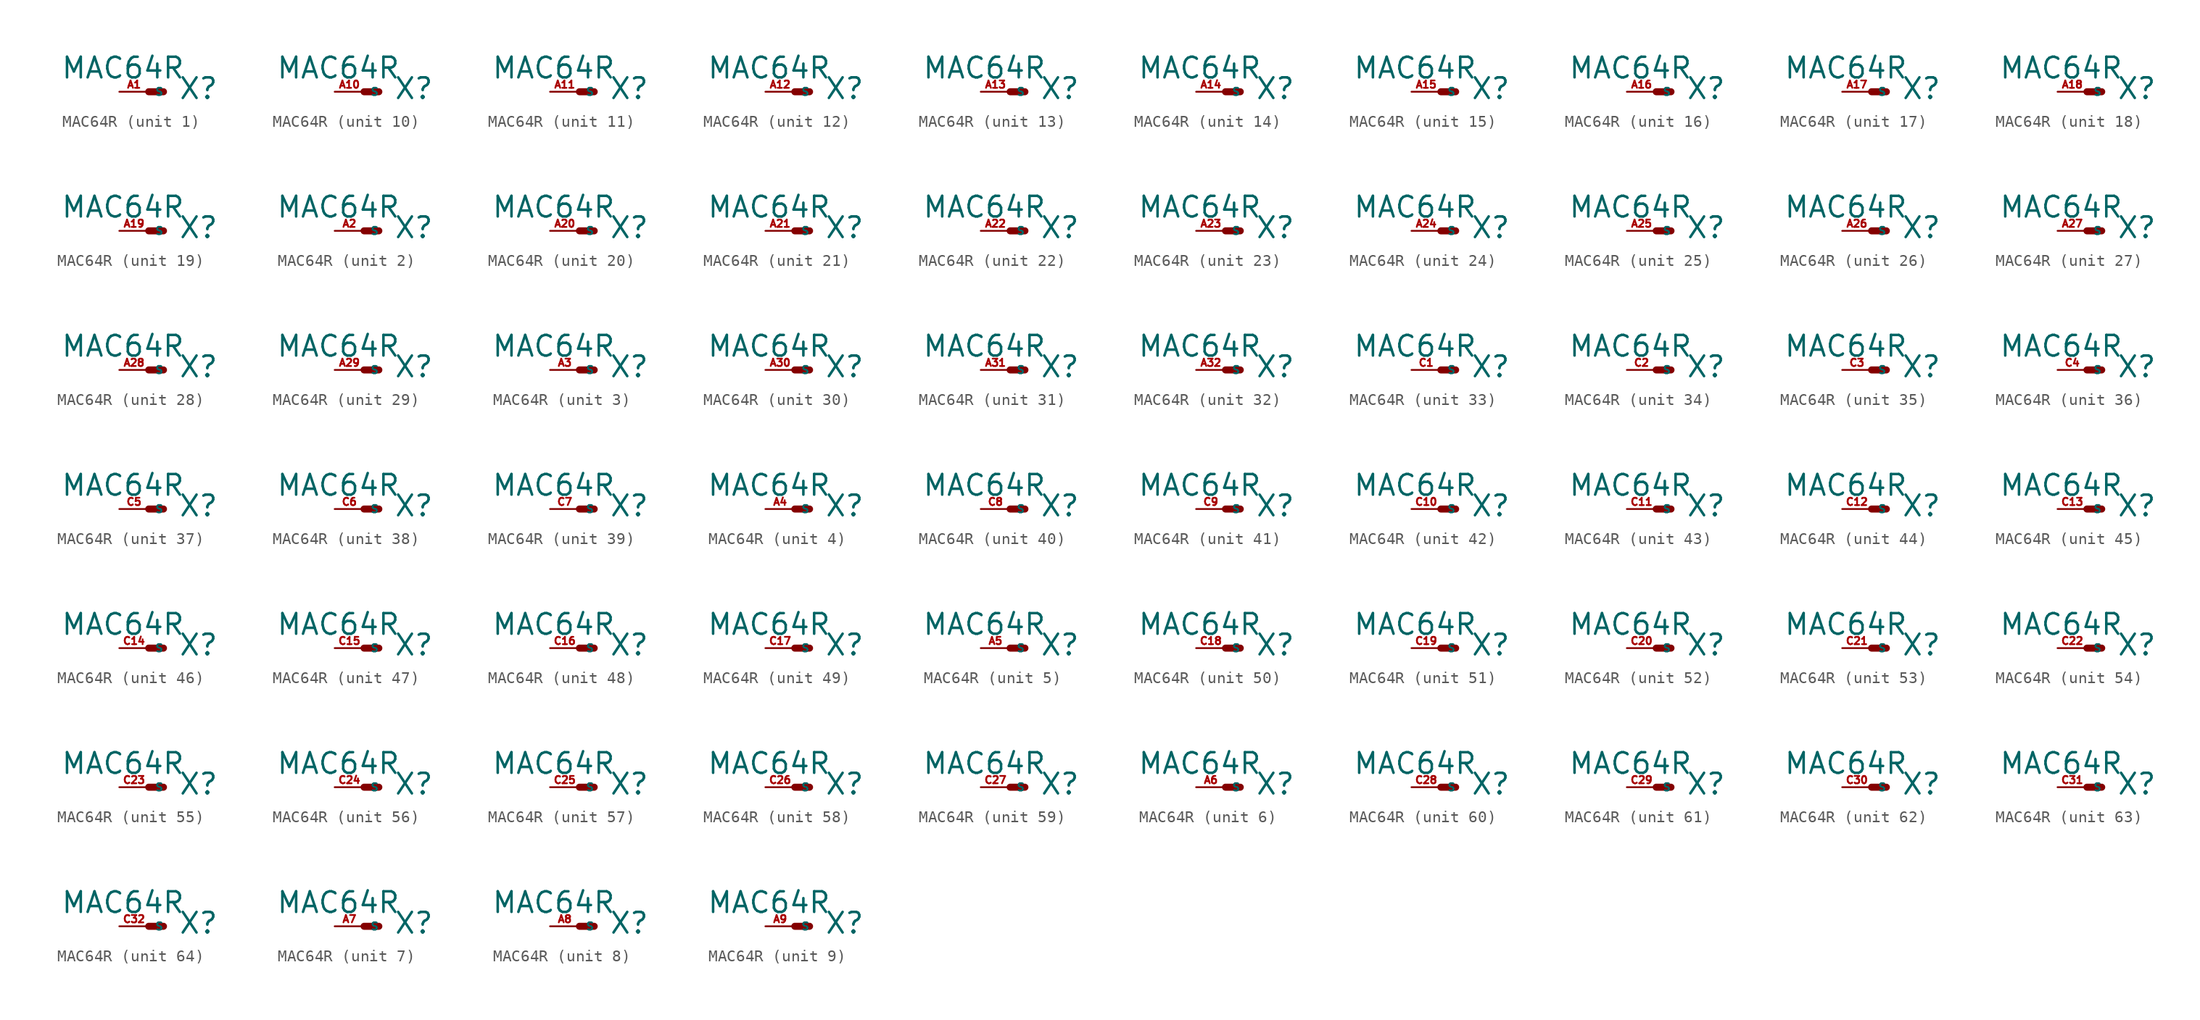
<source format=kicad_sym>
(kicad_symbol_lib
  (version 20220914)
  (generator Eagle2Kicad)
  (symbol "MAC64R"
    (property "Reference" "X"
      (at 2.54 -0.762 0)
      (effects (font (size 1.778 1.778) (thickness 0.22)) (justify left bottom)))
    (property "Value" "MAC64R"
      (at -7.62 1.016 0)
      (effects (font (size 1.778 1.778) (thickness 0.22)) (justify left bottom)))
    (symbol "MAC64R_1_0"
      (polyline (pts (xy 0 0) (xy 1.27 0)) (stroke (width 0.61) (type default)) (fill (type none)))
      (pin passive line (at -2.54 0 0) (length 2.54) (name "S" (effects (font (size 0.635 0.635) (thickness 0.08)) (justify left bottom))) (number "A1" (effects (font (size 0.635 0.635) (thickness 0.08)) (justify left bottom)))))
    (symbol "MAC64R_2_0"
      (polyline (pts (xy 0 0) (xy 1.27 0)) (stroke (width 0.61) (type default)) (fill (type none)))
      (pin passive line (at -2.54 0 0) (length 2.54) (name "S" (effects (font (size 0.635 0.635) (thickness 0.08)) (justify left bottom))) (number "A2" (effects (font (size 0.635 0.635) (thickness 0.08)) (justify left bottom)))))
    (symbol "MAC64R_3_0"
      (polyline (pts (xy 0 0) (xy 1.27 0)) (stroke (width 0.61) (type default)) (fill (type none)))
      (pin passive line (at -2.54 0 0) (length 2.54) (name "S" (effects (font (size 0.635 0.635) (thickness 0.08)) (justify left bottom))) (number "A3" (effects (font (size 0.635 0.635) (thickness 0.08)) (justify left bottom)))))
    (symbol "MAC64R_4_0"
      (polyline (pts (xy 0 0) (xy 1.27 0)) (stroke (width 0.61) (type default)) (fill (type none)))
      (pin passive line (at -2.54 0 0) (length 2.54) (name "S" (effects (font (size 0.635 0.635) (thickness 0.08)) (justify left bottom))) (number "A4" (effects (font (size 0.635 0.635) (thickness 0.08)) (justify left bottom)))))
    (symbol "MAC64R_5_0"
      (polyline (pts (xy 0 0) (xy 1.27 0)) (stroke (width 0.61) (type default)) (fill (type none)))
      (pin passive line (at -2.54 0 0) (length 2.54) (name "S" (effects (font (size 0.635 0.635) (thickness 0.08)) (justify left bottom))) (number "A5" (effects (font (size 0.635 0.635) (thickness 0.08)) (justify left bottom)))))
    (symbol "MAC64R_6_0"
      (polyline (pts (xy 0 0) (xy 1.27 0)) (stroke (width 0.61) (type default)) (fill (type none)))
      (pin passive line (at -2.54 0 0) (length 2.54) (name "S" (effects (font (size 0.635 0.635) (thickness 0.08)) (justify left bottom))) (number "A6" (effects (font (size 0.635 0.635) (thickness 0.08)) (justify left bottom)))))
    (symbol "MAC64R_7_0"
      (polyline (pts (xy 0 0) (xy 1.27 0)) (stroke (width 0.61) (type default)) (fill (type none)))
      (pin passive line (at -2.54 0 0) (length 2.54) (name "S" (effects (font (size 0.635 0.635) (thickness 0.08)) (justify left bottom))) (number "A7" (effects (font (size 0.635 0.635) (thickness 0.08)) (justify left bottom)))))
    (symbol "MAC64R_8_0"
      (polyline (pts (xy 0 0) (xy 1.27 0)) (stroke (width 0.61) (type default)) (fill (type none)))
      (pin passive line (at -2.54 0 0) (length 2.54) (name "S" (effects (font (size 0.635 0.635) (thickness 0.08)) (justify left bottom))) (number "A8" (effects (font (size 0.635 0.635) (thickness 0.08)) (justify left bottom)))))
    (symbol "MAC64R_9_0"
      (polyline (pts (xy 0 0) (xy 1.27 0)) (stroke (width 0.61) (type default)) (fill (type none)))
      (pin passive line (at -2.54 0 0) (length 2.54) (name "S" (effects (font (size 0.635 0.635) (thickness 0.08)) (justify left bottom))) (number "A9" (effects (font (size 0.635 0.635) (thickness 0.08)) (justify left bottom)))))
    (symbol "MAC64R_10_0"
      (polyline (pts (xy 0 0) (xy 1.27 0)) (stroke (width 0.61) (type default)) (fill (type none)))
      (pin passive line (at -2.54 0 0) (length 2.54) (name "S" (effects (font (size 0.635 0.635) (thickness 0.08)) (justify left bottom))) (number "A10" (effects (font (size 0.635 0.635) (thickness 0.08)) (justify left bottom)))))
    (symbol "MAC64R_11_0"
      (polyline (pts (xy 0 0) (xy 1.27 0)) (stroke (width 0.61) (type default)) (fill (type none)))
      (pin passive line (at -2.54 0 0) (length 2.54) (name "S" (effects (font (size 0.635 0.635) (thickness 0.08)) (justify left bottom))) (number "A11" (effects (font (size 0.635 0.635) (thickness 0.08)) (justify left bottom)))))
    (symbol "MAC64R_12_0"
      (polyline (pts (xy 0 0) (xy 1.27 0)) (stroke (width 0.61) (type default)) (fill (type none)))
      (pin passive line (at -2.54 0 0) (length 2.54) (name "S" (effects (font (size 0.635 0.635) (thickness 0.08)) (justify left bottom))) (number "A12" (effects (font (size 0.635 0.635) (thickness 0.08)) (justify left bottom)))))
    (symbol "MAC64R_13_0"
      (polyline (pts (xy 0 0) (xy 1.27 0)) (stroke (width 0.61) (type default)) (fill (type none)))
      (pin passive line (at -2.54 0 0) (length 2.54) (name "S" (effects (font (size 0.635 0.635) (thickness 0.08)) (justify left bottom))) (number "A13" (effects (font (size 0.635 0.635) (thickness 0.08)) (justify left bottom)))))
    (symbol "MAC64R_14_0"
      (polyline (pts (xy 0 0) (xy 1.27 0)) (stroke (width 0.61) (type default)) (fill (type none)))
      (pin passive line (at -2.54 0 0) (length 2.54) (name "S" (effects (font (size 0.635 0.635) (thickness 0.08)) (justify left bottom))) (number "A14" (effects (font (size 0.635 0.635) (thickness 0.08)) (justify left bottom)))))
    (symbol "MAC64R_15_0"
      (polyline (pts (xy 0 0) (xy 1.27 0)) (stroke (width 0.61) (type default)) (fill (type none)))
      (pin passive line (at -2.54 0 0) (length 2.54) (name "S" (effects (font (size 0.635 0.635) (thickness 0.08)) (justify left bottom))) (number "A15" (effects (font (size 0.635 0.635) (thickness 0.08)) (justify left bottom)))))
    (symbol "MAC64R_16_0"
      (polyline (pts (xy 0 0) (xy 1.27 0)) (stroke (width 0.61) (type default)) (fill (type none)))
      (pin passive line (at -2.54 0 0) (length 2.54) (name "S" (effects (font (size 0.635 0.635) (thickness 0.08)) (justify left bottom))) (number "A16" (effects (font (size 0.635 0.635) (thickness 0.08)) (justify left bottom)))))
    (symbol "MAC64R_17_0"
      (polyline (pts (xy 0 0) (xy 1.27 0)) (stroke (width 0.61) (type default)) (fill (type none)))
      (pin passive line (at -2.54 0 0) (length 2.54) (name "S" (effects (font (size 0.635 0.635) (thickness 0.08)) (justify left bottom))) (number "A17" (effects (font (size 0.635 0.635) (thickness 0.08)) (justify left bottom)))))
    (symbol "MAC64R_18_0"
      (polyline (pts (xy 0 0) (xy 1.27 0)) (stroke (width 0.61) (type default)) (fill (type none)))
      (pin passive line (at -2.54 0 0) (length 2.54) (name "S" (effects (font (size 0.635 0.635) (thickness 0.08)) (justify left bottom))) (number "A18" (effects (font (size 0.635 0.635) (thickness 0.08)) (justify left bottom)))))
    (symbol "MAC64R_19_0"
      (polyline (pts (xy 0 0) (xy 1.27 0)) (stroke (width 0.61) (type default)) (fill (type none)))
      (pin passive line (at -2.54 0 0) (length 2.54) (name "S" (effects (font (size 0.635 0.635) (thickness 0.08)) (justify left bottom))) (number "A19" (effects (font (size 0.635 0.635) (thickness 0.08)) (justify left bottom)))))
    (symbol "MAC64R_20_0"
      (polyline (pts (xy 0 0) (xy 1.27 0)) (stroke (width 0.61) (type default)) (fill (type none)))
      (pin passive line (at -2.54 0 0) (length 2.54) (name "S" (effects (font (size 0.635 0.635) (thickness 0.08)) (justify left bottom))) (number "A20" (effects (font (size 0.635 0.635) (thickness 0.08)) (justify left bottom)))))
    (symbol "MAC64R_21_0"
      (polyline (pts (xy 0 0) (xy 1.27 0)) (stroke (width 0.61) (type default)) (fill (type none)))
      (pin passive line (at -2.54 0 0) (length 2.54) (name "S" (effects (font (size 0.635 0.635) (thickness 0.08)) (justify left bottom))) (number "A21" (effects (font (size 0.635 0.635) (thickness 0.08)) (justify left bottom)))))
    (symbol "MAC64R_22_0"
      (polyline (pts (xy 0 0) (xy 1.27 0)) (stroke (width 0.61) (type default)) (fill (type none)))
      (pin passive line (at -2.54 0 0) (length 2.54) (name "S" (effects (font (size 0.635 0.635) (thickness 0.08)) (justify left bottom))) (number "A22" (effects (font (size 0.635 0.635) (thickness 0.08)) (justify left bottom)))))
    (symbol "MAC64R_23_0"
      (polyline (pts (xy 0 0) (xy 1.27 0)) (stroke (width 0.61) (type default)) (fill (type none)))
      (pin passive line (at -2.54 0 0) (length 2.54) (name "S" (effects (font (size 0.635 0.635) (thickness 0.08)) (justify left bottom))) (number "A23" (effects (font (size 0.635 0.635) (thickness 0.08)) (justify left bottom)))))
    (symbol "MAC64R_24_0"
      (polyline (pts (xy 0 0) (xy 1.27 0)) (stroke (width 0.61) (type default)) (fill (type none)))
      (pin passive line (at -2.54 0 0) (length 2.54) (name "S" (effects (font (size 0.635 0.635) (thickness 0.08)) (justify left bottom))) (number "A24" (effects (font (size 0.635 0.635) (thickness 0.08)) (justify left bottom)))))
    (symbol "MAC64R_25_0"
      (polyline (pts (xy 0 0) (xy 1.27 0)) (stroke (width 0.61) (type default)) (fill (type none)))
      (pin passive line (at -2.54 0 0) (length 2.54) (name "S" (effects (font (size 0.635 0.635) (thickness 0.08)) (justify left bottom))) (number "A25" (effects (font (size 0.635 0.635) (thickness 0.08)) (justify left bottom)))))
    (symbol "MAC64R_26_0"
      (polyline (pts (xy 0 0) (xy 1.27 0)) (stroke (width 0.61) (type default)) (fill (type none)))
      (pin passive line (at -2.54 0 0) (length 2.54) (name "S" (effects (font (size 0.635 0.635) (thickness 0.08)) (justify left bottom))) (number "A26" (effects (font (size 0.635 0.635) (thickness 0.08)) (justify left bottom)))))
    (symbol "MAC64R_27_0"
      (polyline (pts (xy 0 0) (xy 1.27 0)) (stroke (width 0.61) (type default)) (fill (type none)))
      (pin passive line (at -2.54 0 0) (length 2.54) (name "S" (effects (font (size 0.635 0.635) (thickness 0.08)) (justify left bottom))) (number "A27" (effects (font (size 0.635 0.635) (thickness 0.08)) (justify left bottom)))))
    (symbol "MAC64R_28_0"
      (polyline (pts (xy 0 0) (xy 1.27 0)) (stroke (width 0.61) (type default)) (fill (type none)))
      (pin passive line (at -2.54 0 0) (length 2.54) (name "S" (effects (font (size 0.635 0.635) (thickness 0.08)) (justify left bottom))) (number "A28" (effects (font (size 0.635 0.635) (thickness 0.08)) (justify left bottom)))))
    (symbol "MAC64R_29_0"
      (polyline (pts (xy 0 0) (xy 1.27 0)) (stroke (width 0.61) (type default)) (fill (type none)))
      (pin passive line (at -2.54 0 0) (length 2.54) (name "S" (effects (font (size 0.635 0.635) (thickness 0.08)) (justify left bottom))) (number "A29" (effects (font (size 0.635 0.635) (thickness 0.08)) (justify left bottom)))))
    (symbol "MAC64R_30_0"
      (polyline (pts (xy 0 0) (xy 1.27 0)) (stroke (width 0.61) (type default)) (fill (type none)))
      (pin passive line (at -2.54 0 0) (length 2.54) (name "S" (effects (font (size 0.635 0.635) (thickness 0.08)) (justify left bottom))) (number "A30" (effects (font (size 0.635 0.635) (thickness 0.08)) (justify left bottom)))))
    (symbol "MAC64R_31_0"
      (polyline (pts (xy 0 0) (xy 1.27 0)) (stroke (width 0.61) (type default)) (fill (type none)))
      (pin passive line (at -2.54 0 0) (length 2.54) (name "S" (effects (font (size 0.635 0.635) (thickness 0.08)) (justify left bottom))) (number "A31" (effects (font (size 0.635 0.635) (thickness 0.08)) (justify left bottom)))))
    (symbol "MAC64R_32_0"
      (polyline (pts (xy 0 0) (xy 1.27 0)) (stroke (width 0.61) (type default)) (fill (type none)))
      (pin passive line (at -2.54 0 0) (length 2.54) (name "S" (effects (font (size 0.635 0.635) (thickness 0.08)) (justify left bottom))) (number "A32" (effects (font (size 0.635 0.635) (thickness 0.08)) (justify left bottom)))))
    (symbol "MAC64R_33_0"
      (polyline (pts (xy 0 0) (xy 1.27 0)) (stroke (width 0.61) (type default)) (fill (type none)))
      (pin passive line (at -2.54 0 0) (length 2.54) (name "S" (effects (font (size 0.635 0.635) (thickness 0.08)) (justify left bottom))) (number "C1" (effects (font (size 0.635 0.635) (thickness 0.08)) (justify left bottom)))))
    (symbol "MAC64R_34_0"
      (polyline (pts (xy 0 0) (xy 1.27 0)) (stroke (width 0.61) (type default)) (fill (type none)))
      (pin passive line (at -2.54 0 0) (length 2.54) (name "S" (effects (font (size 0.635 0.635) (thickness 0.08)) (justify left bottom))) (number "C2" (effects (font (size 0.635 0.635) (thickness 0.08)) (justify left bottom)))))
    (symbol "MAC64R_35_0"
      (polyline (pts (xy 0 0) (xy 1.27 0)) (stroke (width 0.61) (type default)) (fill (type none)))
      (pin passive line (at -2.54 0 0) (length 2.54) (name "S" (effects (font (size 0.635 0.635) (thickness 0.08)) (justify left bottom))) (number "C3" (effects (font (size 0.635 0.635) (thickness 0.08)) (justify left bottom)))))
    (symbol "MAC64R_36_0"
      (polyline (pts (xy 0 0) (xy 1.27 0)) (stroke (width 0.61) (type default)) (fill (type none)))
      (pin passive line (at -2.54 0 0) (length 2.54) (name "S" (effects (font (size 0.635 0.635) (thickness 0.08)) (justify left bottom))) (number "C4" (effects (font (size 0.635 0.635) (thickness 0.08)) (justify left bottom)))))
    (symbol "MAC64R_37_0"
      (polyline (pts (xy 0 0) (xy 1.27 0)) (stroke (width 0.61) (type default)) (fill (type none)))
      (pin passive line (at -2.54 0 0) (length 2.54) (name "S" (effects (font (size 0.635 0.635) (thickness 0.08)) (justify left bottom))) (number "C5" (effects (font (size 0.635 0.635) (thickness 0.08)) (justify left bottom)))))
    (symbol "MAC64R_38_0"
      (polyline (pts (xy 0 0) (xy 1.27 0)) (stroke (width 0.61) (type default)) (fill (type none)))
      (pin passive line (at -2.54 0 0) (length 2.54) (name "S" (effects (font (size 0.635 0.635) (thickness 0.08)) (justify left bottom))) (number "C6" (effects (font (size 0.635 0.635) (thickness 0.08)) (justify left bottom)))))
    (symbol "MAC64R_39_0"
      (polyline (pts (xy 0 0) (xy 1.27 0)) (stroke (width 0.61) (type default)) (fill (type none)))
      (pin passive line (at -2.54 0 0) (length 2.54) (name "S" (effects (font (size 0.635 0.635) (thickness 0.08)) (justify left bottom))) (number "C7" (effects (font (size 0.635 0.635) (thickness 0.08)) (justify left bottom)))))
    (symbol "MAC64R_40_0"
      (polyline (pts (xy 0 0) (xy 1.27 0)) (stroke (width 0.61) (type default)) (fill (type none)))
      (pin passive line (at -2.54 0 0) (length 2.54) (name "S" (effects (font (size 0.635 0.635) (thickness 0.08)) (justify left bottom))) (number "C8" (effects (font (size 0.635 0.635) (thickness 0.08)) (justify left bottom)))))
    (symbol "MAC64R_41_0"
      (polyline (pts (xy 0 0) (xy 1.27 0)) (stroke (width 0.61) (type default)) (fill (type none)))
      (pin passive line (at -2.54 0 0) (length 2.54) (name "S" (effects (font (size 0.635 0.635) (thickness 0.08)) (justify left bottom))) (number "C9" (effects (font (size 0.635 0.635) (thickness 0.08)) (justify left bottom)))))
    (symbol "MAC64R_42_0"
      (polyline (pts (xy 0 0) (xy 1.27 0)) (stroke (width 0.61) (type default)) (fill (type none)))
      (pin passive line (at -2.54 0 0) (length 2.54) (name "S" (effects (font (size 0.635 0.635) (thickness 0.08)) (justify left bottom))) (number "C10" (effects (font (size 0.635 0.635) (thickness 0.08)) (justify left bottom)))))
    (symbol "MAC64R_43_0"
      (polyline (pts (xy 0 0) (xy 1.27 0)) (stroke (width 0.61) (type default)) (fill (type none)))
      (pin passive line (at -2.54 0 0) (length 2.54) (name "S" (effects (font (size 0.635 0.635) (thickness 0.08)) (justify left bottom))) (number "C11" (effects (font (size 0.635 0.635) (thickness 0.08)) (justify left bottom)))))
    (symbol "MAC64R_44_0"
      (polyline (pts (xy 0 0) (xy 1.27 0)) (stroke (width 0.61) (type default)) (fill (type none)))
      (pin passive line (at -2.54 0 0) (length 2.54) (name "S" (effects (font (size 0.635 0.635) (thickness 0.08)) (justify left bottom))) (number "C12" (effects (font (size 0.635 0.635) (thickness 0.08)) (justify left bottom)))))
    (symbol "MAC64R_45_0"
      (polyline (pts (xy 0 0) (xy 1.27 0)) (stroke (width 0.61) (type default)) (fill (type none)))
      (pin passive line (at -2.54 0 0) (length 2.54) (name "S" (effects (font (size 0.635 0.635) (thickness 0.08)) (justify left bottom))) (number "C13" (effects (font (size 0.635 0.635) (thickness 0.08)) (justify left bottom)))))
    (symbol "MAC64R_46_0"
      (polyline (pts (xy 0 0) (xy 1.27 0)) (stroke (width 0.61) (type default)) (fill (type none)))
      (pin passive line (at -2.54 0 0) (length 2.54) (name "S" (effects (font (size 0.635 0.635) (thickness 0.08)) (justify left bottom))) (number "C14" (effects (font (size 0.635 0.635) (thickness 0.08)) (justify left bottom)))))
    (symbol "MAC64R_47_0"
      (polyline (pts (xy 0 0) (xy 1.27 0)) (stroke (width 0.61) (type default)) (fill (type none)))
      (pin passive line (at -2.54 0 0) (length 2.54) (name "S" (effects (font (size 0.635 0.635) (thickness 0.08)) (justify left bottom))) (number "C15" (effects (font (size 0.635 0.635) (thickness 0.08)) (justify left bottom)))))
    (symbol "MAC64R_48_0"
      (polyline (pts (xy 0 0) (xy 1.27 0)) (stroke (width 0.61) (type default)) (fill (type none)))
      (pin passive line (at -2.54 0 0) (length 2.54) (name "S" (effects (font (size 0.635 0.635) (thickness 0.08)) (justify left bottom))) (number "C16" (effects (font (size 0.635 0.635) (thickness 0.08)) (justify left bottom)))))
    (symbol "MAC64R_49_0"
      (polyline (pts (xy 0 0) (xy 1.27 0)) (stroke (width 0.61) (type default)) (fill (type none)))
      (pin passive line (at -2.54 0 0) (length 2.54) (name "S" (effects (font (size 0.635 0.635) (thickness 0.08)) (justify left bottom))) (number "C17" (effects (font (size 0.635 0.635) (thickness 0.08)) (justify left bottom)))))
    (symbol "MAC64R_50_0"
      (polyline (pts (xy 0 0) (xy 1.27 0)) (stroke (width 0.61) (type default)) (fill (type none)))
      (pin passive line (at -2.54 0 0) (length 2.54) (name "S" (effects (font (size 0.635 0.635) (thickness 0.08)) (justify left bottom))) (number "C18" (effects (font (size 0.635 0.635) (thickness 0.08)) (justify left bottom)))))
    (symbol "MAC64R_51_0"
      (polyline (pts (xy 0 0) (xy 1.27 0)) (stroke (width 0.61) (type default)) (fill (type none)))
      (pin passive line (at -2.54 0 0) (length 2.54) (name "S" (effects (font (size 0.635 0.635) (thickness 0.08)) (justify left bottom))) (number "C19" (effects (font (size 0.635 0.635) (thickness 0.08)) (justify left bottom)))))
    (symbol "MAC64R_52_0"
      (polyline (pts (xy 0 0) (xy 1.27 0)) (stroke (width 0.61) (type default)) (fill (type none)))
      (pin passive line (at -2.54 0 0) (length 2.54) (name "S" (effects (font (size 0.635 0.635) (thickness 0.08)) (justify left bottom))) (number "C20" (effects (font (size 0.635 0.635) (thickness 0.08)) (justify left bottom)))))
    (symbol "MAC64R_53_0"
      (polyline (pts (xy 0 0) (xy 1.27 0)) (stroke (width 0.61) (type default)) (fill (type none)))
      (pin passive line (at -2.54 0 0) (length 2.54) (name "S" (effects (font (size 0.635 0.635) (thickness 0.08)) (justify left bottom))) (number "C21" (effects (font (size 0.635 0.635) (thickness 0.08)) (justify left bottom)))))
    (symbol "MAC64R_54_0"
      (polyline (pts (xy 0 0) (xy 1.27 0)) (stroke (width 0.61) (type default)) (fill (type none)))
      (pin passive line (at -2.54 0 0) (length 2.54) (name "S" (effects (font (size 0.635 0.635) (thickness 0.08)) (justify left bottom))) (number "C22" (effects (font (size 0.635 0.635) (thickness 0.08)) (justify left bottom)))))
    (symbol "MAC64R_55_0"
      (polyline (pts (xy 0 0) (xy 1.27 0)) (stroke (width 0.61) (type default)) (fill (type none)))
      (pin passive line (at -2.54 0 0) (length 2.54) (name "S" (effects (font (size 0.635 0.635) (thickness 0.08)) (justify left bottom))) (number "C23" (effects (font (size 0.635 0.635) (thickness 0.08)) (justify left bottom)))))
    (symbol "MAC64R_56_0"
      (polyline (pts (xy 0 0) (xy 1.27 0)) (stroke (width 0.61) (type default)) (fill (type none)))
      (pin passive line (at -2.54 0 0) (length 2.54) (name "S" (effects (font (size 0.635 0.635) (thickness 0.08)) (justify left bottom))) (number "C24" (effects (font (size 0.635 0.635) (thickness 0.08)) (justify left bottom)))))
    (symbol "MAC64R_57_0"
      (polyline (pts (xy 0 0) (xy 1.27 0)) (stroke (width 0.61) (type default)) (fill (type none)))
      (pin passive line (at -2.54 0 0) (length 2.54) (name "S" (effects (font (size 0.635 0.635) (thickness 0.08)) (justify left bottom))) (number "C25" (effects (font (size 0.635 0.635) (thickness 0.08)) (justify left bottom)))))
    (symbol "MAC64R_58_0"
      (polyline (pts (xy 0 0) (xy 1.27 0)) (stroke (width 0.61) (type default)) (fill (type none)))
      (pin passive line (at -2.54 0 0) (length 2.54) (name "S" (effects (font (size 0.635 0.635) (thickness 0.08)) (justify left bottom))) (number "C26" (effects (font (size 0.635 0.635) (thickness 0.08)) (justify left bottom)))))
    (symbol "MAC64R_59_0"
      (polyline (pts (xy 0 0) (xy 1.27 0)) (stroke (width 0.61) (type default)) (fill (type none)))
      (pin passive line (at -2.54 0 0) (length 2.54) (name "S" (effects (font (size 0.635 0.635) (thickness 0.08)) (justify left bottom))) (number "C27" (effects (font (size 0.635 0.635) (thickness 0.08)) (justify left bottom)))))
    (symbol "MAC64R_60_0"
      (polyline (pts (xy 0 0) (xy 1.27 0)) (stroke (width 0.61) (type default)) (fill (type none)))
      (pin passive line (at -2.54 0 0) (length 2.54) (name "S" (effects (font (size 0.635 0.635) (thickness 0.08)) (justify left bottom))) (number "C28" (effects (font (size 0.635 0.635) (thickness 0.08)) (justify left bottom)))))
    (symbol "MAC64R_61_0"
      (polyline (pts (xy 0 0) (xy 1.27 0)) (stroke (width 0.61) (type default)) (fill (type none)))
      (pin passive line (at -2.54 0 0) (length 2.54) (name "S" (effects (font (size 0.635 0.635) (thickness 0.08)) (justify left bottom))) (number "C29" (effects (font (size 0.635 0.635) (thickness 0.08)) (justify left bottom)))))
    (symbol "MAC64R_62_0"
      (polyline (pts (xy 0 0) (xy 1.27 0)) (stroke (width 0.61) (type default)) (fill (type none)))
      (pin passive line (at -2.54 0 0) (length 2.54) (name "S" (effects (font (size 0.635 0.635) (thickness 0.08)) (justify left bottom))) (number "C30" (effects (font (size 0.635 0.635) (thickness 0.08)) (justify left bottom)))))
    (symbol "MAC64R_63_0"
      (polyline (pts (xy 0 0) (xy 1.27 0)) (stroke (width 0.61) (type default)) (fill (type none)))
      (pin passive line (at -2.54 0 0) (length 2.54) (name "S" (effects (font (size 0.635 0.635) (thickness 0.08)) (justify left bottom))) (number "C31" (effects (font (size 0.635 0.635) (thickness 0.08)) (justify left bottom)))))
    (symbol "MAC64R_64_0"
      (polyline (pts (xy 0 0) (xy 1.27 0)) (stroke (width 0.61) (type default)) (fill (type none)))
      (pin passive line (at -2.54 0 0) (length 2.54) (name "S" (effects (font (size 0.635 0.635) (thickness 0.08)) (justify left bottom))) (number "C32" (effects (font (size 0.635 0.635) (thickness 0.08)) (justify left bottom)))))))
</source>
